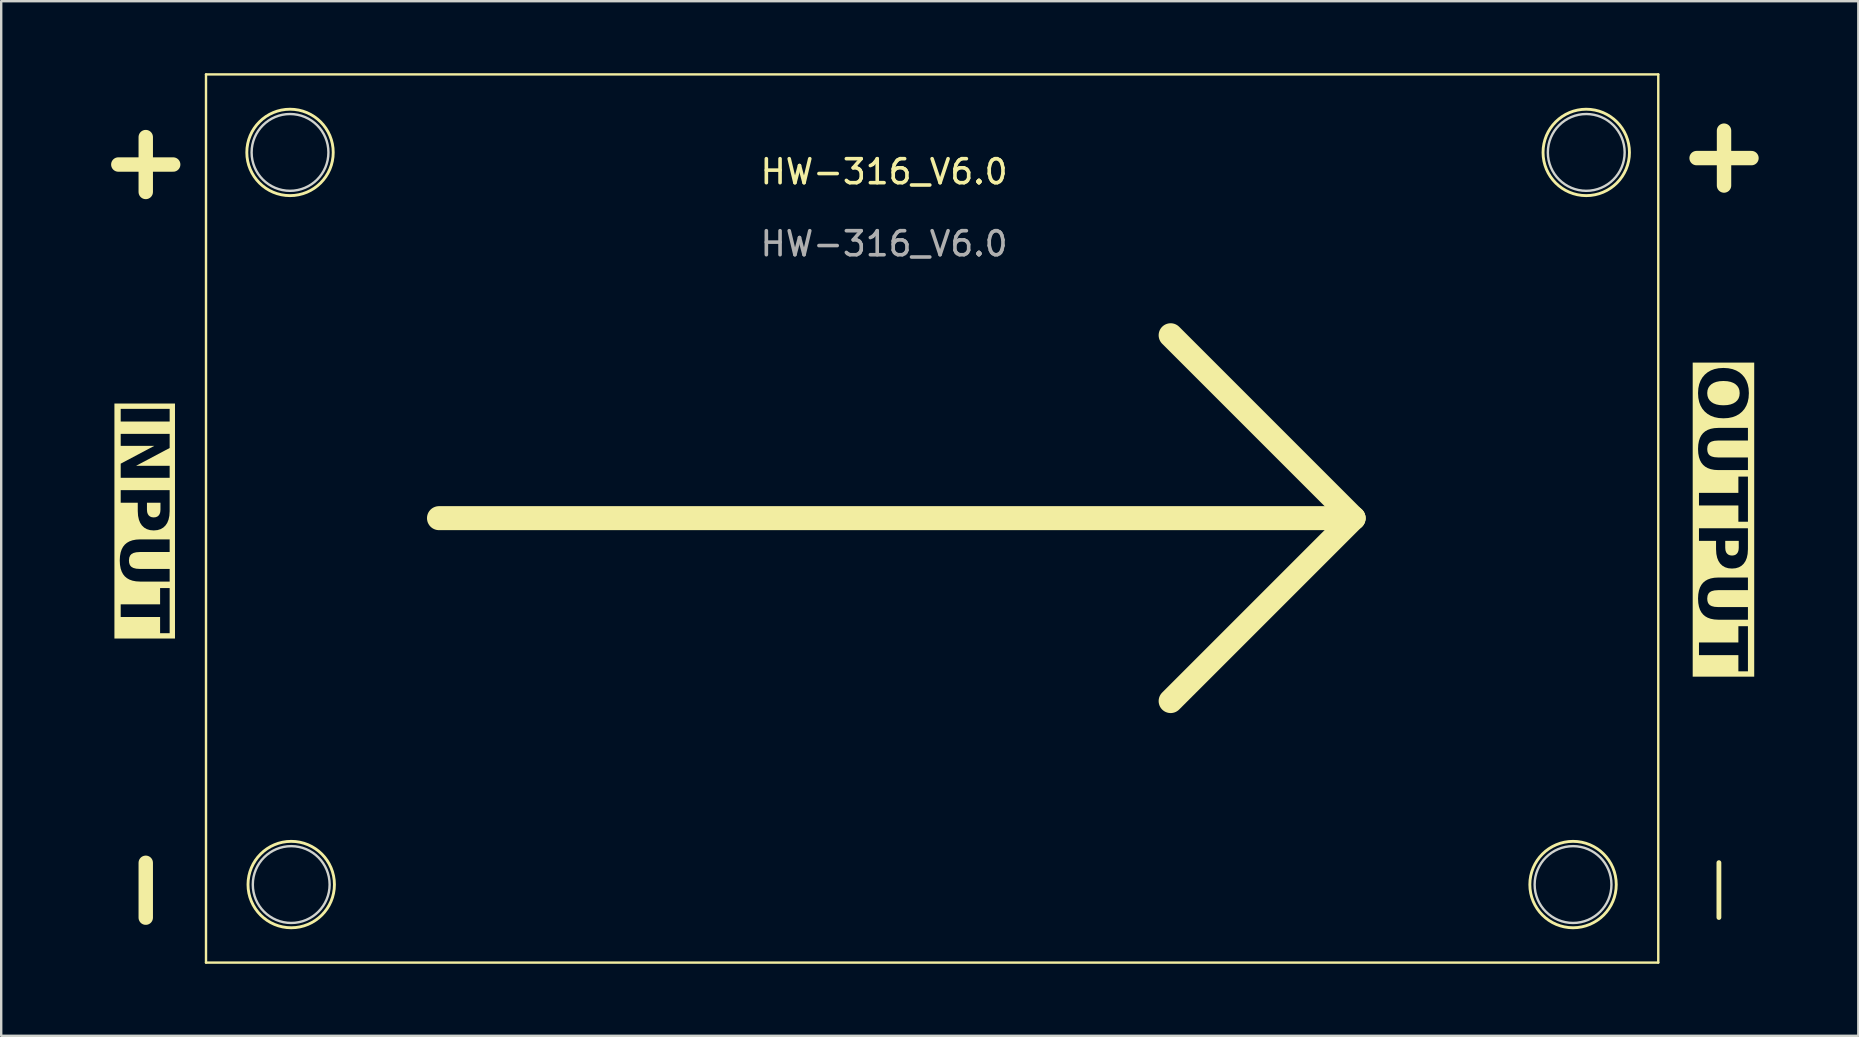
<source format=kicad_pcb>
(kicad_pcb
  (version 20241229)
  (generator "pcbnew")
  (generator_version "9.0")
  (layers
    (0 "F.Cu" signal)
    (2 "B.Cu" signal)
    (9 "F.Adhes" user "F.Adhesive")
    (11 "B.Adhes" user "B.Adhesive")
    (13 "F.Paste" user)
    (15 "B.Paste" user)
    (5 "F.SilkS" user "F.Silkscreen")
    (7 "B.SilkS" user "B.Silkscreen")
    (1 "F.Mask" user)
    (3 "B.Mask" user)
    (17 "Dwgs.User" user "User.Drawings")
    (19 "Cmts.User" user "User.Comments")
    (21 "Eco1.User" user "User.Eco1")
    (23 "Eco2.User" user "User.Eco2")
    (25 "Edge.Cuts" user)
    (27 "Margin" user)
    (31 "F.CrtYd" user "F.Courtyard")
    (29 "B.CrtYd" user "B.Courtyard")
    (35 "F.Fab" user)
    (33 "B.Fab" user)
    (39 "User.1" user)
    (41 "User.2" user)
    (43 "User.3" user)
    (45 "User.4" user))
  (footprint "HW-316_V6.0"
    (layer "F.Cu")
    (at 35.558 18.536)
    (property "Reference" "HW-316_V6.0" (at -1.778 -14.43 0) (unlocked yes) (layer "F.SilkS") (effects (font (size 1 1) (thickness 0.15))))
    (attr through_hole)
    (fp_line (start -30.026 -18.486) (end 30.474 -18.486) (stroke (width 0.1) (type solid)) (layer "F.SilkS"))
    (fp_line (start -30.026 18.514) (end -30.026 -18.486) (stroke (width 0.1) (type solid)) (layer "F.SilkS"))
    (fp_line (start -20.32 0) (end 17.78 0) (stroke (width 1) (type solid)) (layer "F.SilkS"))
    (fp_line (start 17.78 0) (end 10.16 -7.62) (stroke (width 1) (type solid)) (layer "F.SilkS"))
    (fp_line (start 17.78 0) (end 10.16 7.62) (stroke (width 1) (type solid)) (layer "F.SilkS"))
    (fp_line (start 30.474 -18.486) (end 30.474 18.514) (stroke (width 0.1) (type solid)) (layer "F.SilkS"))
    (fp_line (start 30.474 18.514) (end -30.026 18.514) (stroke (width 0.1) (type solid)) (layer "F.SilkS"))
    (fp_circle (center -26.526 -15.236) (end -24.726 -15.236) (stroke (width 0.12) (type solid)) (fill no) (layer "F.SilkS"))
    (fp_circle (center -26.476 15.264) (end -24.676 15.264) (stroke (width 0.12) (type solid)) (fill no) (layer "F.SilkS"))
    (fp_circle (center 26.924 15.264) (end 28.724 15.264) (stroke (width 0.12) (type solid)) (fill no) (layer "F.SilkS"))
    (fp_circle (center 27.474 -15.236) (end 29.274 -15.236) (stroke (width 0.12) (type solid)) (fill no) (layer "F.SilkS"))
    (fp_circle (center -26.526 -15.236) (end -24.926 -15.236) (stroke (width 0.1) (type solid)) (fill no) (layer "Edge.Cuts"))
    (fp_circle (center -26.476 15.264) (end -24.876 15.264) (stroke (width 0.1) (type solid)) (fill no) (layer "Edge.Cuts"))
    (fp_circle (center 26.924 15.264) (end 28.524 15.264) (stroke (width 0.1) (type solid)) (fill no) (layer "Edge.Cuts"))
    (fp_circle (center 27.474 -15.236) (end 29.074 -15.236) (stroke (width 0.1) (type solid)) (fill no) (layer "Edge.Cuts"))
    (fp_text user "-" (at 32.766 15.494 90) (unlocked yes) (layer "F.SilkS") (effects (font (size 3 3) (thickness 0.2))))
    (fp_text user "OUTPUT" (at 33 0 270) (unlocked yes) (layer "F.SilkS" knockout) (effects (font (face "Product Sans") (size 2 2) (thickness 0.4) (bold yes))))
    (fp_text user "+" (at -32.75 -14.732 90) (unlocked yes) (layer "F.SilkS") (effects (font (size 3 3) (thickness 0.6) (bold yes))))
    (fp_text user "INPUT" (at -32.75 0 270) (unlocked yes) (layer "F.SilkS" knockout) (effects (font (face "Product Sans") (size 2 2) (thickness 0.4) (bold yes))))
    (fp_text user "-" (at -32.75 15.5 90) (unlocked yes) (layer "F.SilkS") (effects (font (size 3 3) (thickness 0.6) (bold yes))))
    (fp_text user "+" (at 33 -15 90) (unlocked yes) (layer "F.SilkS") (effects (font (size 3 3) (thickness 0.6) (bold yes))))
    (fp_text user "${REFERENCE}" (at -1.778 -11.43 0) (unlocked yes) (layer "F.Fab") (effects (font (size 1 1) (thickness 0.15)))))
  (gr_rect
    (start -3 -3)
    (end 74.366 40.1)
    (stroke (width 0.1) (type default))
    (fill no)
    (layer "Edge.Cuts")))
</source>
